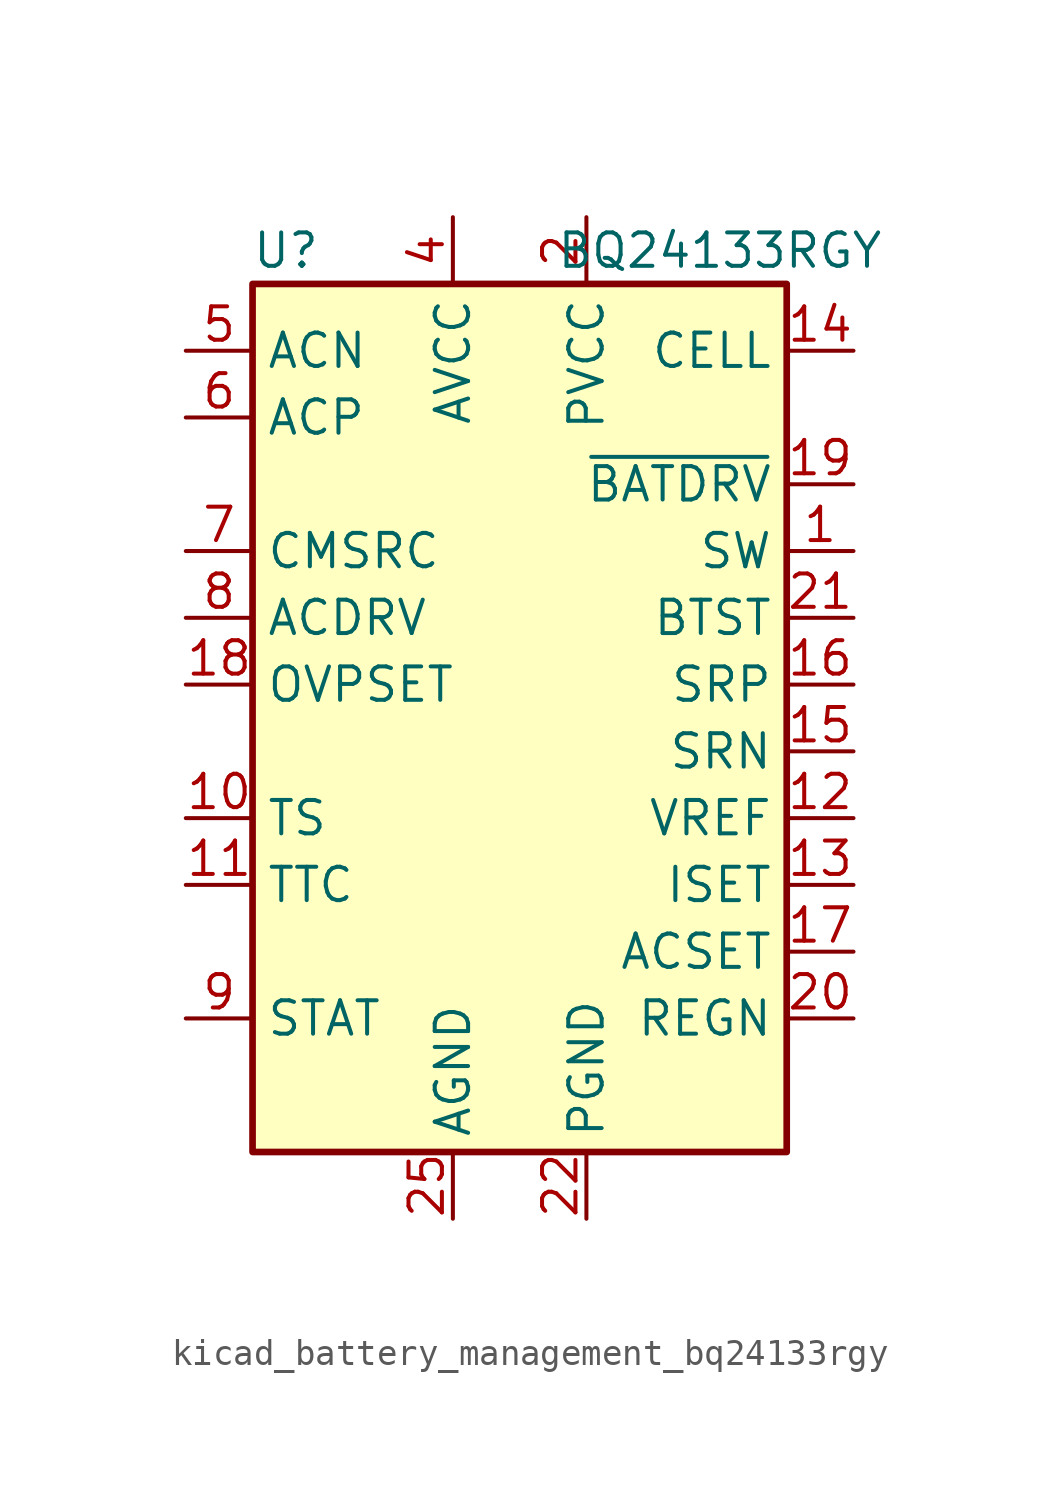
<source format=kicad_sym>
(kicad_symbol_lib
  (version 20220914)
  (generator kicad_symbol_editor)
  (symbol "kicad_battery_management_bq24133rgy"
    (property "Reference" "U"
      (at -8.89 19.05 0)
      (effects (font (size 1.27 1.27))))
    (property "Value" "BQ24133RGY"
      (at 7.62 19.05 0)
      (effects (font (size 1.27 1.27))))
    (symbol "kicad_battery_management_bq24133rgy_0_1"
      (rectangle (start -10.16 -15.24) (end 10.16 17.78) (stroke (width 0.254) (type default)) (fill (type background))))
    (symbol "kicad_battery_management_bq24133rgy_1_1"
      (pin power_out line (at 12.7 7.62 180) (length 2.54) (name "SW" (effects (font (size 1.27 1.27)))) (number "1" (effects (font (size 1.27 1.27)))))
      (pin input line (at -12.7 -2.54 0) (length 2.54) (name "TS" (effects (font (size 1.27 1.27)))) (number "10" (effects (font (size 1.27 1.27)))))
      (pin passive line (at -12.7 -5.08 0) (length 2.54) (name "TTC" (effects (font (size 1.27 1.27)))) (number "11" (effects (font (size 1.27 1.27)))))
      (pin power_out line (at 12.7 -2.54 180) (length 2.54) (name "VREF" (effects (font (size 1.27 1.27)))) (number "12" (effects (font (size 1.27 1.27)))))
      (pin input line (at 12.7 -5.08 180) (length 2.54) (name "ISET" (effects (font (size 1.27 1.27)))) (number "13" (effects (font (size 1.27 1.27)))))
      (pin passive line (at 12.7 15.24 180) (length 2.54) (name "CELL" (effects (font (size 1.27 1.27)))) (number "14" (effects (font (size 1.27 1.27)))))
      (pin input line (at 12.7 0 180) (length 2.54) (name "SRN" (effects (font (size 1.27 1.27)))) (number "15" (effects (font (size 1.27 1.27)))))
      (pin input line (at 12.7 2.54 180) (length 2.54) (name "SRP" (effects (font (size 1.27 1.27)))) (number "16" (effects (font (size 1.27 1.27)))))
      (pin input line (at 12.7 -7.62 180) (length 2.54) (name "ACSET" (effects (font (size 1.27 1.27)))) (number "17" (effects (font (size 1.27 1.27)))))
      (pin input line (at -12.7 2.54 0) (length 2.54) (name "OVPSET" (effects (font (size 1.27 1.27)))) (number "18" (effects (font (size 1.27 1.27)))))
      (pin output line (at 12.7 10.16 180) (length 2.54) (name "~{BATDRV}" (effects (font (size 1.27 1.27)))) (number "19" (effects (font (size 1.27 1.27)))))
      (pin power_in line (at 2.54 20.32 270) (length 2.54) (name "PVCC" (effects (font (size 1.27 1.27)))) (number "2" (effects (font (size 1.27 1.27)))))
      (pin passive line (at 12.7 -10.16 180) (length 2.54) (name "REGN" (effects (font (size 1.27 1.27)))) (number "20" (effects (font (size 1.27 1.27)))))
      (pin passive line (at 12.7 5.08 180) (length 2.54) (name "BTST" (effects (font (size 1.27 1.27)))) (number "21" (effects (font (size 1.27 1.27)))))
      (pin power_in line (at 2.54 -17.78 90) (length 2.54) (name "PGND" (effects (font (size 1.27 1.27)))) (number "22" (effects (font (size 1.27 1.27)))))
      (pin passive line (at 2.54 -17.78 90) (length 2.54) hide (name "PGND" (effects (font (size 1.27 1.27)))) (number "23" (effects (font (size 1.27 1.27)))))
      (pin passive line (at 12.7 7.62 180) (length 2.54) hide (name "SW" (effects (font (size 1.27 1.27)))) (number "24" (effects (font (size 1.27 1.27)))))
      (pin power_in line (at -2.54 -17.78 90) (length 2.54) (name "AGND" (effects (font (size 1.27 1.27)))) (number "25" (effects (font (size 1.27 1.27)))))
      (pin passive line (at 2.54 20.32 270) (length 2.54) hide (name "PVCC" (effects (font (size 1.27 1.27)))) (number "3" (effects (font (size 1.27 1.27)))))
      (pin power_in line (at -2.54 20.32 270) (length 2.54) (name "AVCC" (effects (font (size 1.27 1.27)))) (number "4" (effects (font (size 1.27 1.27)))))
      (pin input line (at -12.7 15.24 0) (length 2.54) (name "ACN" (effects (font (size 1.27 1.27)))) (number "5" (effects (font (size 1.27 1.27)))))
      (pin input line (at -12.7 12.7 0) (length 2.54) (name "ACP" (effects (font (size 1.27 1.27)))) (number "6" (effects (font (size 1.27 1.27)))))
      (pin output line (at -12.7 7.62 0) (length 2.54) (name "CMSRC" (effects (font (size 1.27 1.27)))) (number "7" (effects (font (size 1.27 1.27)))))
      (pin output line (at -12.7 5.08 0) (length 2.54) (name "ACDRV" (effects (font (size 1.27 1.27)))) (number "8" (effects (font (size 1.27 1.27)))))
      (pin open_collector line (at -12.7 -10.16 0) (length 2.54) (name "STAT" (effects (font (size 1.27 1.27)))) (number "9" (effects (font (size 1.27 1.27))))))))
</source>
